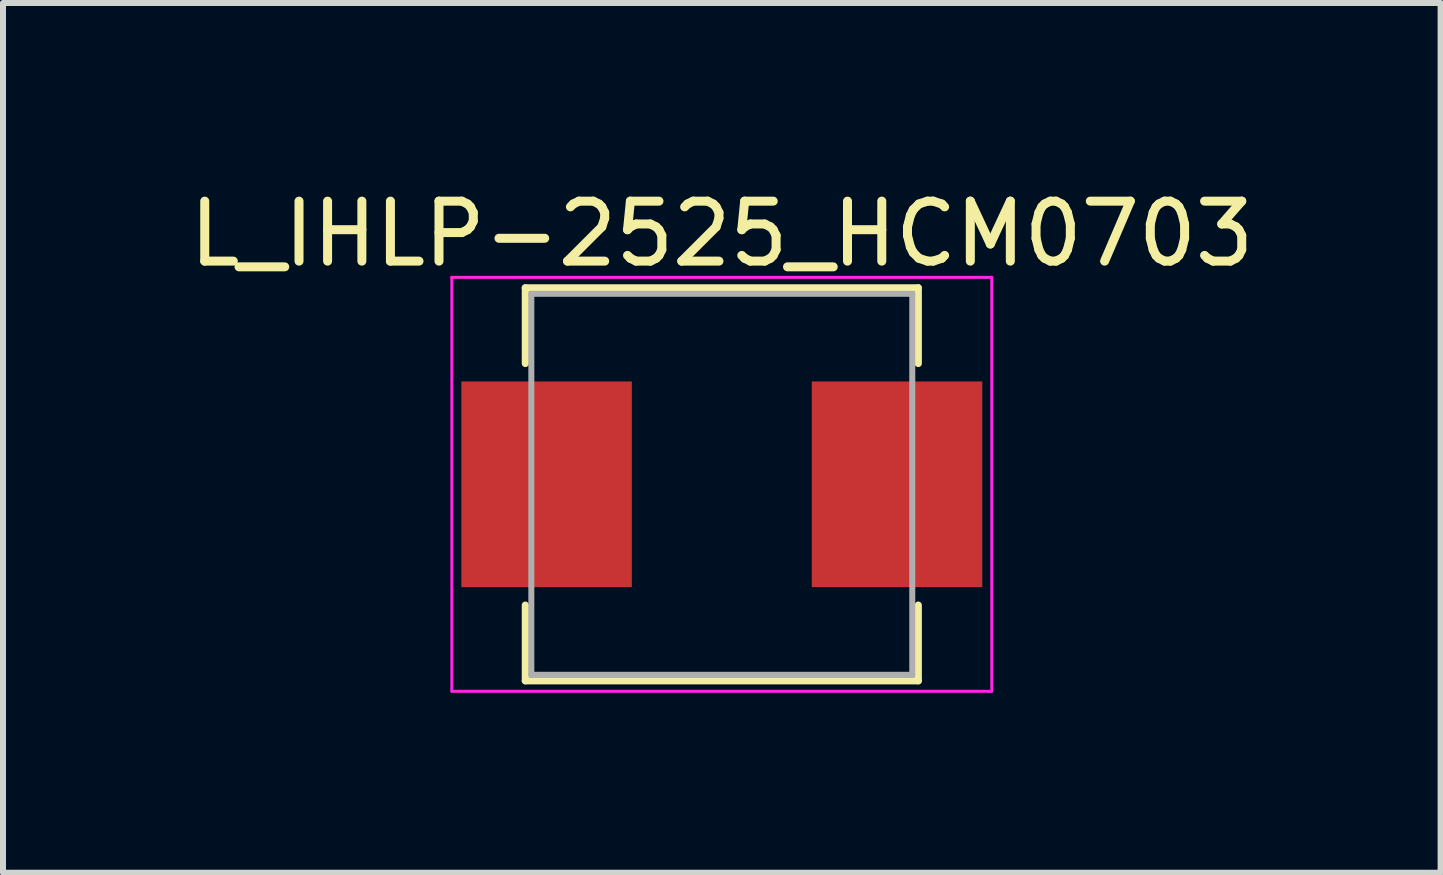
<source format=kicad_pcb>
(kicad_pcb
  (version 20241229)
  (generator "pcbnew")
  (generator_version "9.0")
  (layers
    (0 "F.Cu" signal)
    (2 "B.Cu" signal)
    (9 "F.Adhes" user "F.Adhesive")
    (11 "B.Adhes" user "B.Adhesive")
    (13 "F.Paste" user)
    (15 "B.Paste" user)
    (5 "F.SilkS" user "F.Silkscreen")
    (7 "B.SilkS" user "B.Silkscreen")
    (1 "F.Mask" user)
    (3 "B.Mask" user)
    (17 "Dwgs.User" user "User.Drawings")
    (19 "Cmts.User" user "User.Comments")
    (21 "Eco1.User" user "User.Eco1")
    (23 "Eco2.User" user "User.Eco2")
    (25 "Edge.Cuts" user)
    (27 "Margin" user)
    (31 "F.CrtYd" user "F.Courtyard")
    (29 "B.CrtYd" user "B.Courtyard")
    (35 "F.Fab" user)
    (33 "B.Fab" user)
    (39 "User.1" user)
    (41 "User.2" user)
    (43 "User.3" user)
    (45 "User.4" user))
  (footprint "L_IHLP-2525_HCM0703"
    (layer "F.Cu")
    (at 8.982 5.023)
    (property "Reference" "L_IHLP-2525_HCM0703" (at 0 -4.175 0) (layer "F.SilkS") (effects (font (size 1 1) (thickness 0.15))))
    (attr smd)
    (fp_line (start -3.275 -3.275) (end 3.275 -3.275) (stroke (width 0.12) (type solid)) (layer "F.SilkS"))
    (fp_line (start -3.275 -2.014) (end -3.275 -3.275) (stroke (width 0.12) (type solid)) (layer "F.SilkS"))
    (fp_line (start -3.275 2.014) (end -3.275 3.275) (stroke (width 0.12) (type solid)) (layer "F.SilkS"))
    (fp_line (start -3.275 3.275) (end 3.275 3.275) (stroke (width 0.12) (type solid)) (layer "F.SilkS"))
    (fp_line (start 3.275 -3.275) (end 3.275 -2.014) (stroke (width 0.12) (type solid)) (layer "F.SilkS"))
    (fp_line (start 3.275 3.275) (end 3.275 2.014) (stroke (width 0.12) (type solid)) (layer "F.SilkS"))
    (fp_line (start -4.5 -3.45) (end -4.5 3.45) (stroke (width 0.05) (type solid)) (layer "F.CrtYd"))
    (fp_line (start -4.5 3.45) (end 4.5 3.45) (stroke (width 0.05) (type solid)) (layer "F.CrtYd"))
    (fp_line (start 4.5 -3.45) (end -4.5 -3.45) (stroke (width 0.05) (type solid)) (layer "F.CrtYd"))
    (fp_line (start 4.5 3.45) (end 4.5 -3.45) (stroke (width 0.05) (type solid)) (layer "F.CrtYd"))
    (fp_line (start -3.175 -3.175) (end -3.175 3.175) (stroke (width 0.1) (type solid)) (layer "F.Fab"))
    (fp_line (start -3.175 3.175) (end 3.175 3.175) (stroke (width 0.1) (type solid)) (layer "F.Fab"))
    (fp_line (start 3.175 -3.175) (end -3.175 -3.175) (stroke (width 0.1) (type solid)) (layer "F.Fab"))
    (fp_line (start 3.175 3.175) (end 3.175 -3.175) (stroke (width 0.1) (type solid)) (layer "F.Fab"))
    (pad "1" smd rect (at -2.921 0) (size 2.842 3.429) (layers "F.Cu" "F.Mask" "F.Paste"))
    (pad "2" smd rect (at 2.921 0) (size 2.842 3.429) (layers "F.Cu" "F.Mask" "F.Paste")))
  (gr_rect
    (start -3 -3)
    (end 20.964 11.498)
    (stroke (width 0.1) (type default))
    (fill no)
    (layer "Edge.Cuts")))
</source>
